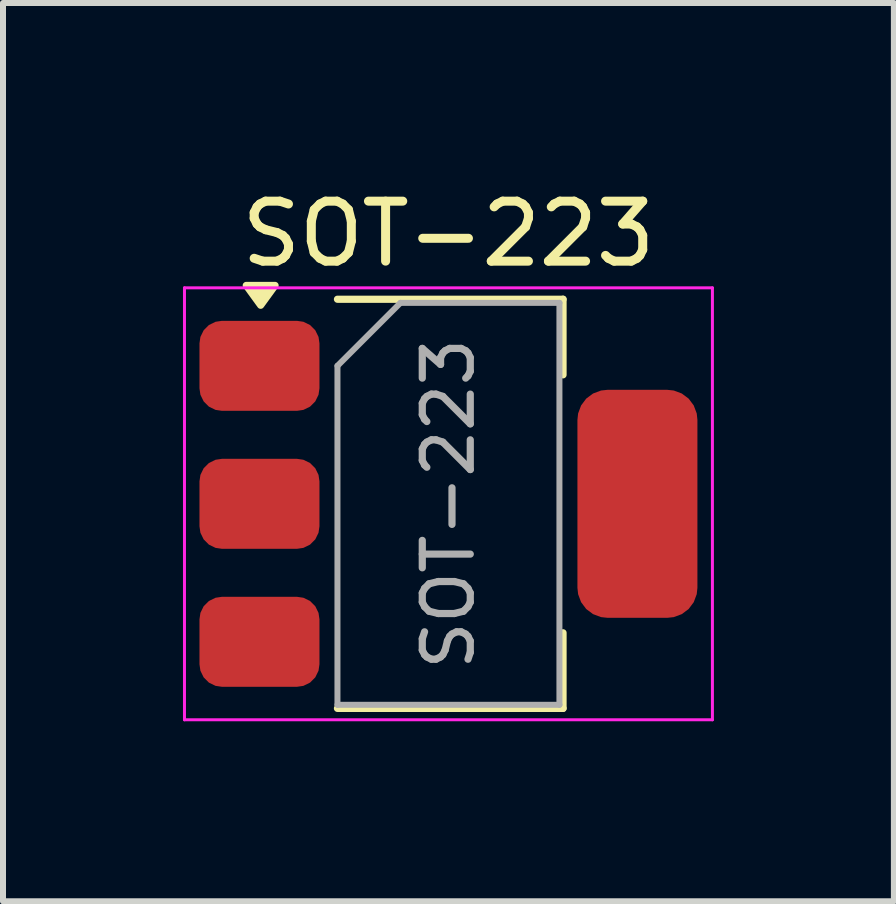
<source format=kicad_pcb>
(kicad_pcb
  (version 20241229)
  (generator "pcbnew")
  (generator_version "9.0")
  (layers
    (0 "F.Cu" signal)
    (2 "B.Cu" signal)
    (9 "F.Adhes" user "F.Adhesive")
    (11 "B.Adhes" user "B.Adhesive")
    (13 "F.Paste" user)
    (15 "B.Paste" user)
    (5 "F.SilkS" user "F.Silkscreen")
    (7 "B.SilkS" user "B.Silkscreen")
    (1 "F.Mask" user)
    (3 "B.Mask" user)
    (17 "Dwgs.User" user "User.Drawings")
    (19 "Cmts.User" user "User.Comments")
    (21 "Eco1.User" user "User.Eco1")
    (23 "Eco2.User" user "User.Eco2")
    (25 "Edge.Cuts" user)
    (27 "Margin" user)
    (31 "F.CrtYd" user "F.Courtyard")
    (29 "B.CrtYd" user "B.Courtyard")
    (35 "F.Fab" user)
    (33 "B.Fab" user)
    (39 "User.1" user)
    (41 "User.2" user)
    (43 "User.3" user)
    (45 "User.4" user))
  (footprint "SOT-223"
    (layer "F.Cu")
    (at 4.425 5.348)
    (property "Reference" "SOT-223" (at 0 -4.5 0) (layer "F.SilkS") (effects (font (size 1 1) (thickness 0.15))))
    (attr smd)
    (fp_line (start -1.85 -3.41) (end 1.91 -3.41) (stroke (width 0.12) (type solid)) (layer "F.SilkS"))
    (fp_line (start -1.85 3.41) (end 1.91 3.41) (stroke (width 0.12) (type solid)) (layer "F.SilkS"))
    (fp_line (start 1.91 -3.41) (end 1.91 -2.15) (stroke (width 0.12) (type solid)) (layer "F.SilkS"))
    (fp_line (start 1.91 3.41) (end 1.91 2.15) (stroke (width 0.12) (type solid)) (layer "F.SilkS"))
    (fp_poly (pts (xy -3.13 -3.31) (xy -3.37 -3.64) (xy -2.89 -3.64) (xy -3.13 -3.31)) (stroke (width 0.12) (type solid)) (fill yes) (layer "F.SilkS"))
    (fp_line (start -4.4 -3.6) (end -4.4 3.6) (stroke (width 0.05) (type solid)) (layer "F.CrtYd"))
    (fp_line (start -4.4 3.6) (end 4.4 3.6) (stroke (width 0.05) (type solid)) (layer "F.CrtYd"))
    (fp_line (start 4.4 -3.6) (end -4.4 -3.6) (stroke (width 0.05) (type solid)) (layer "F.CrtYd"))
    (fp_line (start 4.4 3.6) (end 4.4 -3.6) (stroke (width 0.05) (type solid)) (layer "F.CrtYd"))
    (fp_line (start -1.85 -2.3) (end -1.85 3.35) (stroke (width 0.1) (type solid)) (layer "F.Fab"))
    (fp_line (start -1.85 -2.3) (end -0.8 -3.35) (stroke (width 0.1) (type solid)) (layer "F.Fab"))
    (fp_line (start -1.85 3.35) (end 1.85 3.35) (stroke (width 0.1) (type solid)) (layer "F.Fab"))
    (fp_line (start -0.8 -3.35) (end 1.85 -3.35) (stroke (width 0.1) (type solid)) (layer "F.Fab"))
    (fp_line (start 1.85 -3.35) (end 1.85 3.35) (stroke (width 0.1) (type solid)) (layer "F.Fab"))
    (fp_text user "${REFERENCE}" (at 0 0 90) (layer "F.Fab") (effects (font (size 0.8 0.8) (thickness 0.12))))
    (pad "1" smd roundrect (at -3.15 -2.3) (size 2 1.5) (layers "F.Cu" "F.Mask" "F.Paste") (roundrect_rratio 0.25))
    (pad "2" smd roundrect (at -3.15 0) (size 2 1.5) (layers "F.Cu" "F.Mask" "F.Paste") (roundrect_rratio 0.25))
    (pad "3" smd roundrect (at -3.15 2.3) (size 2 1.5) (layers "F.Cu" "F.Mask" "F.Paste") (roundrect_rratio 0.25))
    (pad "4" smd roundrect (at 3.15 0) (size 2 3.8) (layers "F.Cu" "F.Mask" "F.Paste") (roundrect_rratio 0.25)))
  (gr_rect
    (start -3 -3)
    (end 11.85 11.973)
    (stroke (width 0.1) (type default))
    (fill no)
    (layer "Edge.Cuts")))
</source>
